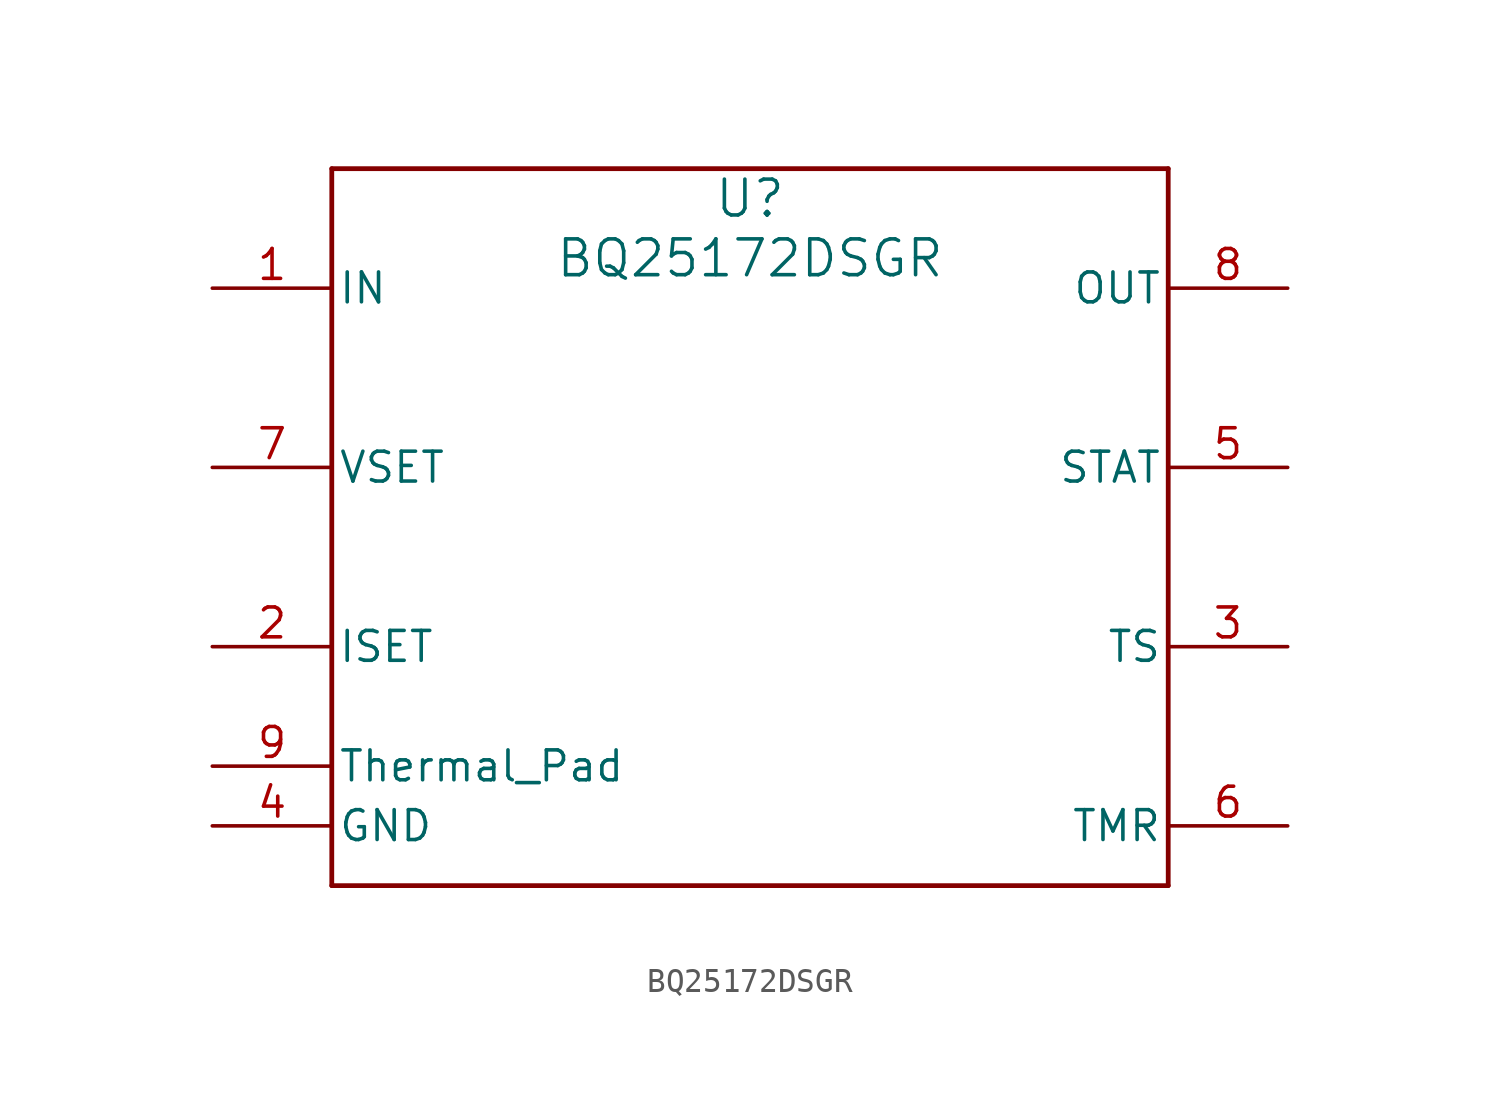
<source format=kicad_sym>
(kicad_symbol_lib
  (version 20231120)
  (generator "kicad_symbol_editor")
  (generator_version "8.0")
  (symbol "BQ25172DSGR"
    (pin_names
      (offset 0.254))
    (property "Reference" "U"
      (at 22.86 3.81 0)
      (effects (font (size 1.524 1.524))))
    (property "Value" "BQ25172DSGR"
      (at 22.86 1.27 0)
      (effects (font (size 1.524 1.524))))
    (property "ki_locked" ""
      (at 0 0 0)
      (effects (font (size 1.27 1.27))))
    (symbol "BQ25172DSGR_0_1"
      (polyline (pts (xy 5.08 -25.4) (xy 40.64 -25.4)) (stroke (width 0.203) (type default)) (fill (type none)))
      (polyline (pts (xy 5.08 5.08) (xy 5.08 -25.4)) (stroke (width 0.203) (type default)) (fill (type none)))
      (polyline (pts (xy 40.64 -25.4) (xy 40.64 5.08)) (stroke (width 0.203) (type default)) (fill (type none)))
      (polyline (pts (xy 40.64 5.08) (xy 5.08 5.08)) (stroke (width 0.203) (type default)) (fill (type none)))
      (pin power_in line (at 0 0 0) (length 5.08) (name "IN" (effects (font (size 1.27 1.27)))) (number "1" (effects (font (size 1.27 1.27)))))
      (pin power_in line (at 0 -22.86 0) (length 5.08) (name "GND" (effects (font (size 1.27 1.27)))) (number "4" (effects (font (size 1.27 1.27)))))
      (pin unspecified line (at 0 -20.32 0) (length 5.08) (name "Thermal_Pad" (effects (font (size 1.27 1.27)))) (number "9" (effects (font (size 1.27 1.27))))))
    (symbol "BQ25172DSGR_1_1"
      (pin input line (at 0 -15.24 0) (length 5.08) (name "ISET" (effects (font (size 1.27 1.27)))) (number "2" (effects (font (size 1.27 1.27)))))
      (pin input line (at 45.72 -15.24 180) (length 5.08) (name "TS" (effects (font (size 1.27 1.27)))) (number "3" (effects (font (size 1.27 1.27)))))
      (pin output line (at 45.72 -7.62 180) (length 5.08) (name "STAT" (effects (font (size 1.27 1.27)))) (number "5" (effects (font (size 1.27 1.27)))))
      (pin input line (at 45.72 -22.86 180) (length 5.08) (name "TMR" (effects (font (size 1.27 1.27)))) (number "6" (effects (font (size 1.27 1.27)))))
      (pin input line (at 0 -7.62 0) (length 5.08) (name "VSET" (effects (font (size 1.27 1.27)))) (number "7" (effects (font (size 1.27 1.27)))))
      (pin power_out line (at 45.72 0 180) (length 5.08) (name "OUT" (effects (font (size 1.27 1.27)))) (number "8" (effects (font (size 1.27 1.27))))))))
</source>
